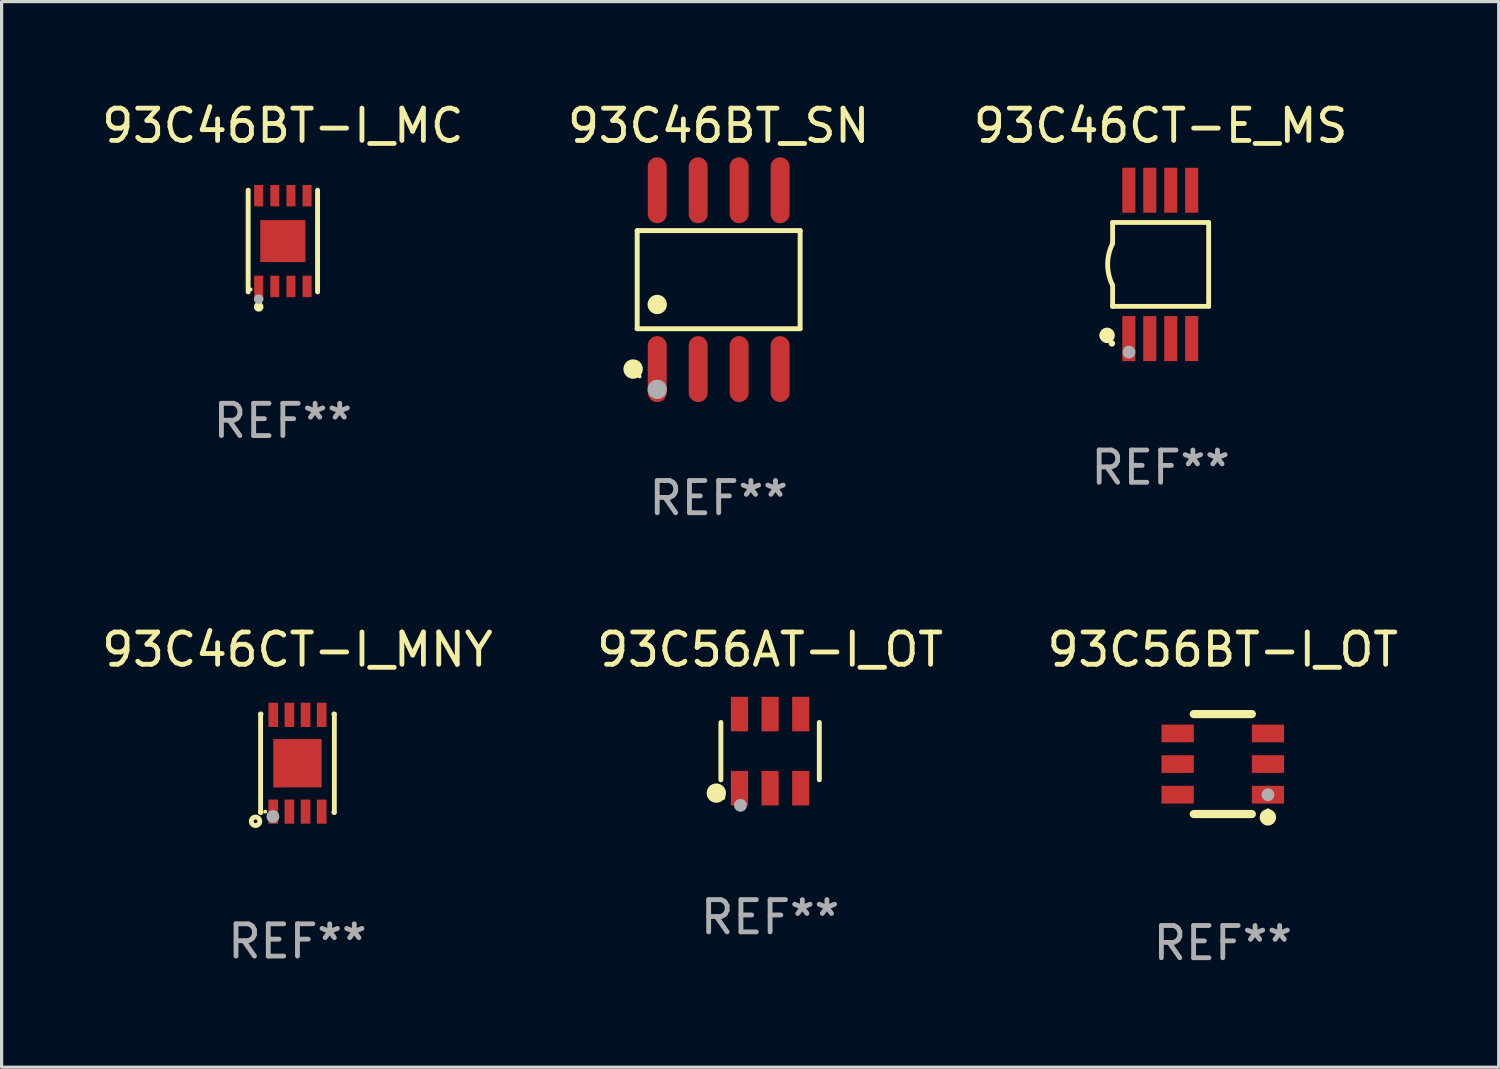
<source format=kicad_pcb>
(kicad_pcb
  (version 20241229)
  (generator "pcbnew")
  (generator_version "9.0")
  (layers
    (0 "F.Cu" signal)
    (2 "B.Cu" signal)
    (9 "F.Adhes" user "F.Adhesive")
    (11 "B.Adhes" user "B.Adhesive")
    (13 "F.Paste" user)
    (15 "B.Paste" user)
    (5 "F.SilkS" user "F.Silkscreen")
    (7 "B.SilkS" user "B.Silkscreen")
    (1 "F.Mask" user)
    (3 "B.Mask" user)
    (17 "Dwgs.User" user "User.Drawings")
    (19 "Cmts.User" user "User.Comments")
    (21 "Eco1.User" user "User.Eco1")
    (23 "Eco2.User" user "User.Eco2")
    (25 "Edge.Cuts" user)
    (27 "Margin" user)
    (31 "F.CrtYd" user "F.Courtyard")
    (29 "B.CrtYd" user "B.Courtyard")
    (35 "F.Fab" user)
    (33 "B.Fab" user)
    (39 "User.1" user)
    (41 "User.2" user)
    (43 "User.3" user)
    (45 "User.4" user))
  (footprint "93C46BT_SN"
    (layer "F.Cu")
    (at 19.232 5.621)
    (property "Reference" "93C46BT_SN" (at 0 -4.772 0) (layer "F.SilkS") (effects (font (size 1 1) (thickness 0.15))))
    (attr through_hole)
    (fp_line (start -2.526 -1.521) (end 2.526 -1.521) (stroke (width 0.152) (type solid)) (layer "F.SilkS"))
    (fp_line (start -2.526 1.521) (end -2.526 -1.521) (stroke (width 0.152) (type solid)) (layer "F.SilkS"))
    (fp_line (start 2.526 -1.521) (end 2.526 1.521) (stroke (width 0.152) (type solid)) (layer "F.SilkS"))
    (fp_line (start 2.526 1.521) (end -2.526 1.521) (stroke (width 0.152) (type solid)) (layer "F.SilkS"))
    (fp_circle (center -2.652 2.772) (end -2.501 2.772) (stroke (width 0.3) (type solid)) (fill no) (layer "F.SilkS"))
    (fp_circle (center -2.45 3) (end -2.42 3) (stroke (width 0.06) (type solid)) (fill no) (layer "F.SilkS"))
    (fp_circle (center -1.905 0.769) (end -1.755 0.769) (stroke (width 0.3) (type solid)) (fill no) (layer "F.SilkS"))
    (fp_circle (center -1.905 3.4) (end -1.755 3.4) (stroke (width 0.3) (type solid)) (fill no) (layer "F.Fab"))
    (fp_text user "REF**" (at 0 6.772 0) (layer "F.Fab") (effects (font (size 1 1) (thickness 0.15))))
    (pad "1" smd oval (at -1.905 2.772) (size 0.588 2.045) (layers "F.Cu" "F.Mask" "F.Paste"))
    (pad "2" smd oval (at -0.635 2.772) (size 0.588 2.045) (layers "F.Cu" "F.Mask" "F.Paste"))
    (pad "3" smd oval (at 0.635 2.772) (size 0.588 2.045) (layers "F.Cu" "F.Mask" "F.Paste"))
    (pad "4" smd oval (at 1.905 2.772) (size 0.588 2.045) (layers "F.Cu" "F.Mask" "F.Paste"))
    (pad "5" smd oval (at 1.905 -2.772) (size 0.588 2.045) (layers "F.Cu" "F.Mask" "F.Paste"))
    (pad "6" smd oval (at 0.635 -2.772) (size 0.588 2.045) (layers "F.Cu" "F.Mask" "F.Paste"))
    (pad "7" smd oval (at -0.635 -2.772) (size 0.588 2.045) (layers "F.Cu" "F.Mask" "F.Paste"))
    (pad "8" smd oval (at -1.905 -2.772) (size 0.588 2.045) (layers "F.Cu" "F.Mask" "F.Paste")))
  (footprint "93C46BT-I_MC"
    (layer "F.Cu")
    (at 5.72 4.424)
    (property "Reference" "93C46BT-I_MC" (at 0 -3.576 0) (layer "F.SilkS") (effects (font (size 1 1) (thickness 0.15))))
    (attr through_hole)
    (fp_line (start -1.076 1.576) (end -1.076 -1.576) (stroke (width 0.152) (type solid)) (layer "F.SilkS"))
    (fp_line (start 1.076 1.576) (end 1.076 -1.576) (stroke (width 0.152) (type solid)) (layer "F.SilkS"))
    (fp_circle (center -1 1.5) (end -0.97 1.5) (stroke (width 0.06) (type solid)) (fill no) (layer "F.SilkS"))
    (fp_circle (center -0.75 2.04) (end -0.675 2.04) (stroke (width 0.15) (type solid)) (fill no) (layer "F.SilkS"))
    (fp_circle (center -0.75 1.8) (end -0.675 1.8) (stroke (width 0.15) (type solid)) (fill no) (layer "F.Fab"))
    (fp_text user "REF**" (at 0 5.576 0) (layer "F.Fab") (effects (font (size 1 1) (thickness 0.15))))
    (pad "1" smd rect (at -0.75 1.407) (size 0.28 0.665) (layers "F.Cu" "F.Mask" "F.Paste"))
    (pad "2" smd rect (at -0.25 1.407) (size 0.28 0.665) (layers "F.Cu" "F.Mask" "F.Paste"))
    (pad "3" smd rect (at 0.25 1.407) (size 0.28 0.665) (layers "F.Cu" "F.Mask" "F.Paste"))
    (pad "4" smd rect (at 0.75 1.407) (size 0.28 0.665) (layers "F.Cu" "F.Mask" "F.Paste"))
    (pad "5" smd rect (at 0.75 -1.407) (size 0.28 0.665) (layers "F.Cu" "F.Mask" "F.Paste"))
    (pad "6" smd rect (at 0.25 -1.407) (size 0.28 0.665) (layers "F.Cu" "F.Mask" "F.Paste"))
    (pad "7" smd rect (at -0.25 -1.407) (size 0.28 0.665) (layers "F.Cu" "F.Mask" "F.Paste"))
    (pad "8" smd rect (at -0.75 -1.407) (size 0.28 0.665) (layers "F.Cu" "F.Mask" "F.Paste"))
    (pad "9" smd rect (at 0 0) (size 1.4 1.3) (layers "F.Cu" "F.Mask" "F.Paste")))
  (footprint "93C46CT-I_MNY"
    (layer "F.Cu")
    (at 6.173 20.614)
    (property "Reference" "93C46CT-I_MNY" (at 0 -3.524 0) (layer "F.SilkS") (effects (font (size 1 1) (thickness 0.15))))
    (attr through_hole)
    (fp_line (start -1.143 -1.524) (end -1.143 1.524) (stroke (width 0.15) (type solid)) (layer "F.SilkS"))
    (fp_line (start -1.143 1.524) (end -1.129 1.524) (stroke (width 0.15) (type solid)) (layer "F.SilkS"))
    (fp_line (start -1.129 -1.524) (end -1.143 -1.524) (stroke (width 0.15) (type solid)) (layer "F.SilkS"))
    (fp_line (start 1.129 1.524) (end 1.143 1.524) (stroke (width 0.15) (type solid)) (layer "F.SilkS"))
    (fp_line (start 1.143 -1.524) (end 1.129 -1.524) (stroke (width 0.15) (type solid)) (layer "F.SilkS"))
    (fp_line (start 1.143 1.524) (end 1.143 -1.524) (stroke (width 0.15) (type solid)) (layer "F.SilkS"))
    (fp_circle (center -1.3 1.8) (end -1.243 1.8) (stroke (width 0.15) (type solid)) (fill no) (layer "F.SilkS"))
    (fp_circle (center -1 1.5) (end -0.97 1.5) (stroke (width 0.06) (type solid)) (fill no) (layer "F.SilkS"))
    (fp_circle (center -0.762 1.651) (end -0.662 1.651) (stroke (width 0.2) (type solid)) (fill no) (layer "F.Fab"))
    (fp_text user "REF**" (at 0 5.524 0) (layer "F.Fab") (effects (font (size 1 1) (thickness 0.15))))
    (pad "1" smd rect (at -0.75 1.5 90) (size 0.75 0.3) (layers "F.Cu" "F.Mask" "F.Paste"))
    (pad "2" smd rect (at -0.25 1.5 90) (size 0.75 0.3) (layers "F.Cu" "F.Mask" "F.Paste"))
    (pad "3" smd rect (at 0.25 1.5 90) (size 0.75 0.3) (layers "F.Cu" "F.Mask" "F.Paste"))
    (pad "4" smd rect (at 0.75 1.5 90) (size 0.75 0.3) (layers "F.Cu" "F.Mask" "F.Paste"))
    (pad "5" smd rect (at 0.75 -1.5 90) (size 0.75 0.3) (layers "F.Cu" "F.Mask" "F.Paste"))
    (pad "6" smd rect (at 0.25 -1.5 90) (size 0.75 0.3) (layers "F.Cu" "F.Mask" "F.Paste"))
    (pad "7" smd rect (at -0.25 -1.5 90) (size 0.75 0.3) (layers "F.Cu" "F.Mask" "F.Paste"))
    (pad "8" smd rect (at -0.75 -1.5 90) (size 0.75 0.3) (layers "F.Cu" "F.Mask" "F.Paste"))
    (pad "9" smd rect (at -0.000203 0.000457 90) (size 1.5 1.5) (layers "F.Cu" "F.Mask" "F.Paste")))
  (footprint "93C56AT-I_OT"
    (layer "F.Cu")
    (at 20.827 20.239)
    (property "Reference" "93C56AT-I_OT" (at 0 -3.149 0) (layer "F.SilkS") (effects (font (size 1 1) (thickness 0.15))))
    (attr through_hole)
    (fp_line (start -1.526 0.889) (end -1.526 -0.889) (stroke (width 0.152) (type solid)) (layer "F.SilkS"))
    (fp_line (start 1.526 0.889) (end 1.526 -0.889) (stroke (width 0.152) (type solid)) (layer "F.SilkS"))
    (fp_circle (center -1.668 1.301) (end -1.518 1.301) (stroke (width 0.3) (type solid)) (fill no) (layer "F.SilkS"))
    (fp_circle (center -1.45 1.45) (end -1.42 1.45) (stroke (width 0.06) (type solid)) (fill no) (layer "F.SilkS"))
    (fp_circle (center -0.92 1.68) (end -0.82 1.68) (stroke (width 0.2) (type solid)) (fill no) (layer "F.Fab"))
    (fp_text user "REF**" (at 0 5.149 0) (layer "F.Fab") (effects (font (size 1 1) (thickness 0.15))))
    (pad "1" smd rect (at -0.95 1.149) (size 0.532 1.072) (layers "F.Cu" "F.Mask" "F.Paste"))
    (pad "2" smd rect (at 0 1.149) (size 0.532 1.072) (layers "F.Cu" "F.Mask" "F.Paste"))
    (pad "3" smd rect (at 0.95 1.149) (size 0.532 1.072) (layers "F.Cu" "F.Mask" "F.Paste"))
    (pad "4" smd rect (at 0.95 -1.149) (size 0.532 1.072) (layers "F.Cu" "F.Mask" "F.Paste"))
    (pad "5" smd rect (at 0 -1.149) (size 0.532 1.072) (layers "F.Cu" "F.Mask" "F.Paste"))
    (pad "6" smd rect (at -0.95 -1.149) (size 0.532 1.072) (layers "F.Cu" "F.Mask" "F.Paste")))
  (footprint "93C46CT-E_MS"
    (layer "F.Cu")
    (at 32.935 5.148)
    (property "Reference" "93C46CT-E_MS" (at 0 -4.3 0) (layer "F.SilkS") (effects (font (size 1 1) (thickness 0.15))))
    (attr through_hole)
    (fp_line (start -1.489 -1.3) (end -1.489 -0.648) (stroke (width 0.15) (type solid)) (layer "F.SilkS"))
    (fp_line (start -1.489 0.648) (end -1.489 1.3) (stroke (width 0.15) (type solid)) (layer "F.SilkS"))
    (fp_line (start -1.489 1.3) (end 1.489 1.3) (stroke (width 0.15) (type solid)) (layer "F.SilkS"))
    (fp_line (start 1.489 -1.3) (end -1.489 -1.3) (stroke (width 0.15) (type solid)) (layer "F.SilkS"))
    (fp_line (start 1.489 1.3) (end 1.489 -1.3) (stroke (width 0.15) (type solid)) (layer "F.SilkS"))
    (fp_arc (start -1.489205 0.647702) (mid -1.642107 0) (end -1.489205 -0.647701) (stroke (width 0.150013) (type solid)) (layer "F.SilkS"))
    (fp_circle (center -1.661 2.2) (end -1.541 2.2) (stroke (width 0.24) (type solid)) (fill no) (layer "F.SilkS"))
    (fp_circle (center -1.511 2.45) (end -1.461 2.45) (stroke (width 0.1) (type solid)) (fill no) (layer "F.SilkS"))
    (fp_circle (center -0.981 2.72) (end -0.881 2.72) (stroke (width 0.2) (type solid)) (fill no) (layer "F.Fab"))
    (fp_text user "REF**" (at 0 6.3 0) (layer "F.Fab") (effects (font (size 1 1) (thickness 0.15))))
    (pad "1" smd rect (at -0.986 2.3) (size 0.406 1.397) (layers "F.Cu" "F.Mask" "F.Paste"))
    (pad "2" smd rect (at -0.336 2.3) (size 0.406 1.397) (layers "F.Cu" "F.Mask" "F.Paste"))
    (pad "3" smd rect (at 0.314 2.3) (size 0.406 1.397) (layers "F.Cu" "F.Mask" "F.Paste"))
    (pad "4" smd rect (at 0.964 2.3) (size 0.406 1.397) (layers "F.Cu" "F.Mask" "F.Paste"))
    (pad "5" smd rect (at 0.964 -2.3) (size 0.406 1.397) (layers "F.Cu" "F.Mask" "F.Paste"))
    (pad "6" smd rect (at 0.314 -2.3) (size 0.406 1.397) (layers "F.Cu" "F.Mask" "F.Paste"))
    (pad "7" smd rect (at -0.336 -2.3) (size 0.406 1.397) (layers "F.Cu" "F.Mask" "F.Paste"))
    (pad "8" smd rect (at -0.986 -2.3) (size 0.406 1.397) (layers "F.Cu" "F.Mask" "F.Paste")))
  (footprint "93C56BT-I_OT"
    (layer "F.Cu")
    (at 34.863 20.64)
    (property "Reference" "93C56BT-I_OT" (at 0 -3.55 0) (layer "F.SilkS") (effects (font (size 1 1) (thickness 0.15))))
    (attr through_hole)
    (fp_line (start -0.9 -1.55) (end 0.9 -1.55) (stroke (width 0.254) (type solid)) (layer "F.SilkS"))
    (fp_line (start -0.9 1.55) (end 0.9 1.55) (stroke (width 0.254) (type solid)) (layer "F.SilkS"))
    (fp_circle (center 1.397 1.651) (end 1.524 1.651) (stroke (width 0.254) (type solid)) (fill no) (layer "F.SilkS"))
    (fp_circle (center 1.4 1.435) (end 1.43 1.435) (stroke (width 0.06) (type solid)) (fill no) (layer "F.SilkS"))
    (fp_circle (center 1.4 0.95) (end 1.5 0.95) (stroke (width 0.2) (type solid)) (fill no) (layer "F.Fab"))
    (fp_text user "REF**" (at 0 5.55 0) (layer "F.Fab") (effects (font (size 1 1) (thickness 0.15))))
    (pad "1" smd rect (at 1.4 0.95) (size 1 0.55) (layers "F.Cu" "F.Mask" "F.Paste"))
    (pad "2" smd rect (at 1.4 -0.000102) (size 1 0.55) (layers "F.Cu" "F.Mask" "F.Paste"))
    (pad "3" smd rect (at 1.4 -0.95) (size 1 0.55) (layers "F.Cu" "F.Mask" "F.Paste"))
    (pad "4" smd rect (at -1.4 -0.95) (size 1 0.55) (layers "F.Cu" "F.Mask" "F.Paste"))
    (pad "5" smd rect (at -1.4 -0.000102) (size 1 0.55) (layers "F.Cu" "F.Mask" "F.Paste"))
    (pad "6" smd rect (at -1.4 0.95) (size 1 0.55) (layers "F.Cu" "F.Mask" "F.Paste")))
  (gr_rect
    (start -3 -3)
    (end 43.417 30.038)
    (stroke (width 0.1) (type default))
    (fill no)
    (layer "Edge.Cuts")))
</source>
